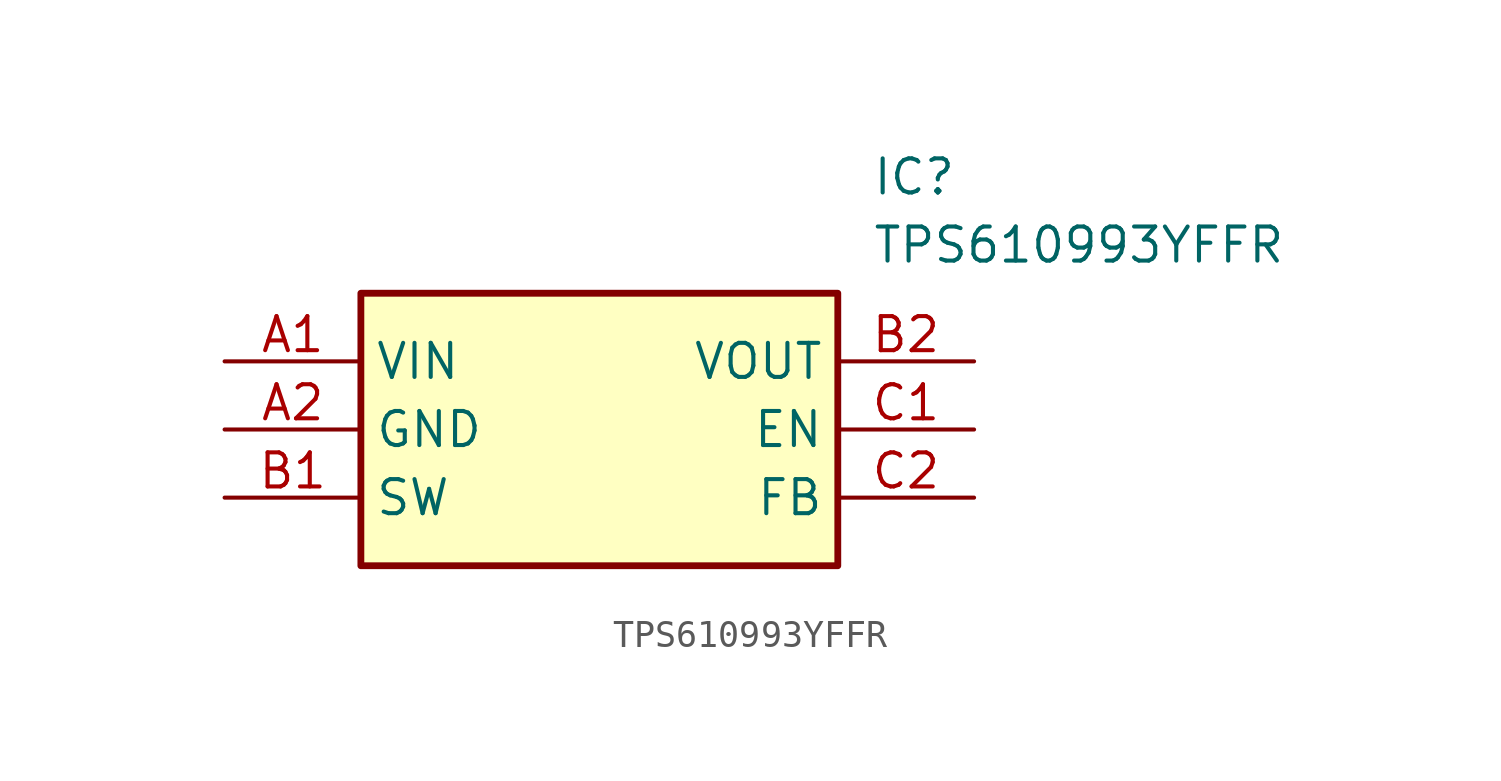
<source format=kicad_sym>
(kicad_symbol_lib
  (version 20211014)
  (generator SamacSys_ECAD_Model)
  (symbol "TPS610993YFFR"
    (property "Reference" "IC"
      (at 24.13 7.62 0)
      (effects (font (size 1.27 1.27)) (justify left top)))
    (property "Value" "TPS610993YFFR"
      (at 24.13 5.08 0)
      (effects (font (size 1.27 1.27)) (justify left top)))
    (rectangle
      (start 5.08 2.54)
      (end 22.86 -7.62)
      (stroke (width 0.254) (type default))
      (fill (type background)))
    (pin passive line
      (at 0 0 0)
      (length 5.08)
      (name "VIN" (effects (font (size 1.27 1.27))))
      (number "A1" (effects (font (size 1.27 1.27)))))
    (pin passive line
      (at 0 -2.54 0)
      (length 5.08)
      (name "GND" (effects (font (size 1.27 1.27))))
      (number "A2" (effects (font (size 1.27 1.27)))))
    (pin passive line
      (at 0 -5.08 0)
      (length 5.08)
      (name "SW" (effects (font (size 1.27 1.27))))
      (number "B1" (effects (font (size 1.27 1.27)))))
    (pin passive line
      (at 27.94 0 180)
      (length 5.08)
      (name "VOUT" (effects (font (size 1.27 1.27))))
      (number "B2" (effects (font (size 1.27 1.27)))))
    (pin passive line
      (at 27.94 -2.54 180)
      (length 5.08)
      (name "EN" (effects (font (size 1.27 1.27))))
      (number "C1" (effects (font (size 1.27 1.27)))))
    (pin passive line
      (at 27.94 -5.08 180)
      (length 5.08)
      (name "FB" (effects (font (size 1.27 1.27))))
      (number "C2" (effects (font (size 1.27 1.27)))))))
</source>
